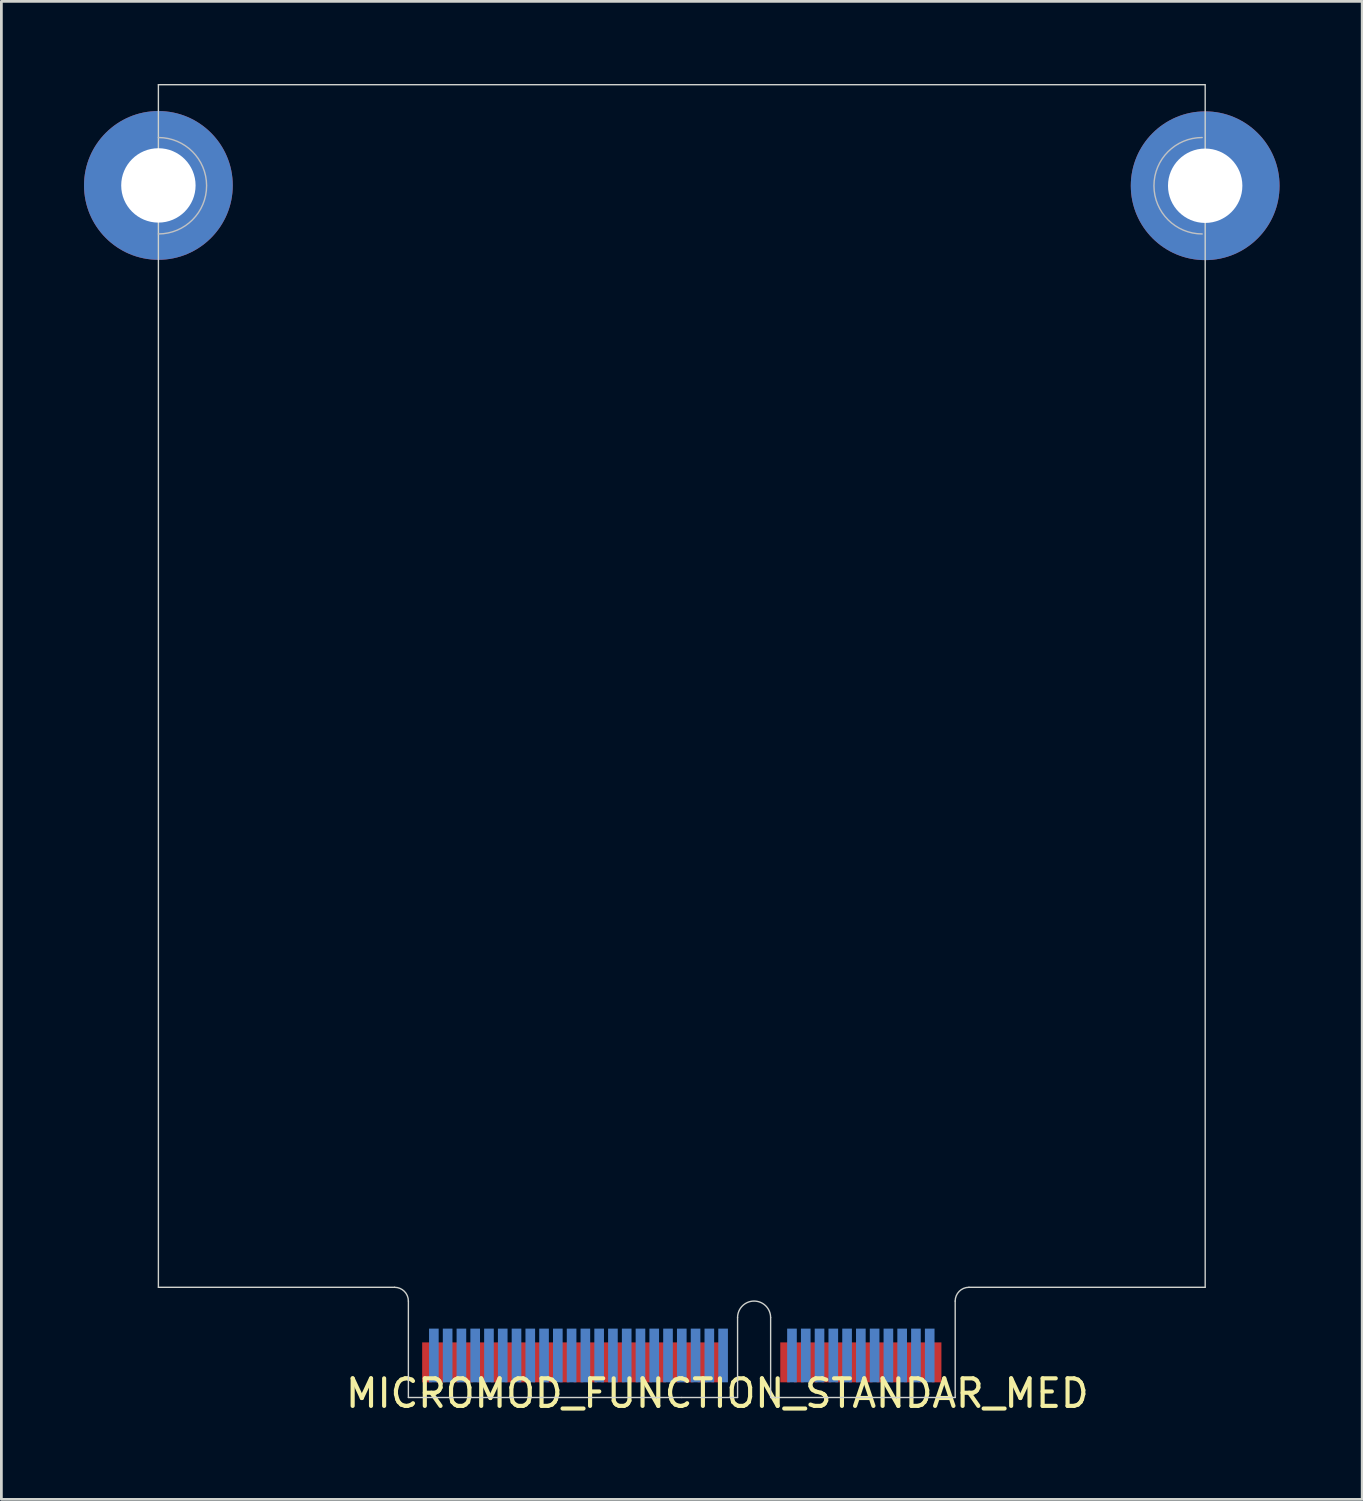
<source format=kicad_pcb>
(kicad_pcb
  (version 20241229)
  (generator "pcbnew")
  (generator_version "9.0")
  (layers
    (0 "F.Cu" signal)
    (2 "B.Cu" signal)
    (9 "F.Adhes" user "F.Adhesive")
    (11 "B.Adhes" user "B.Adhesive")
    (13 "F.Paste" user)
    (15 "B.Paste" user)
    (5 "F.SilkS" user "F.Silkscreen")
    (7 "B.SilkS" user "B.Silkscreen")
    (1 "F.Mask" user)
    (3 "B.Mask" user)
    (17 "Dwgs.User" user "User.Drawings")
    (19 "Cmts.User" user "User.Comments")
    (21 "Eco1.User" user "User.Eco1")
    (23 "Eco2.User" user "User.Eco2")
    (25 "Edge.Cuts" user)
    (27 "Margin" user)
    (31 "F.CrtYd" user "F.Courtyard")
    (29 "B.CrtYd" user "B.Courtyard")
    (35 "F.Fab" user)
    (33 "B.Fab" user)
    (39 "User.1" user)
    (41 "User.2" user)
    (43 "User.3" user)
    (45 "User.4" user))
  (footprint "MICROMOD_FUNCTION_STANDAR_MED"
    (layer "F.Cu")
    (at 22.99 48.031)
    (property "Reference" "MICROMOD_FUNCTION_STANDAR_MED" (at 0 -0.5 0) (unlocked yes) (layer "F.SilkS") (effects (font (size 1 1) (thickness 0.15))))
    (fp_poly (pts (xy -11.215 -0.35) (xy 0.735 -0.35) (xy 0.735 -2.35) (xy -11.215 -2.35)) (stroke (width 0.1) (type solid)) (fill yes) (layer "F.Mask"))
    (fp_poly (pts (xy 1.935 -0.35) (xy 8.635 -0.35) (xy 8.635 -2.35) (xy 1.935 -2.35)) (stroke (width 0.1) (type solid)) (fill yes) (layer "F.Mask"))
    (fp_poly (pts (xy -11.215 -0.35) (xy 0.735 -0.35) (xy 0.735 -2.85) (xy -11.215 -2.85)) (stroke (width 0.1) (type solid)) (fill yes) (layer "B.Mask"))
    (fp_poly (pts (xy 1.935 -0.35) (xy 8.635 -0.35) (xy 8.635 -2.85) (xy 1.935 -2.85)) (stroke (width 0.1) (type solid)) (fill yes) (layer "B.Mask"))
    (fp_arc (start -20.29 -46.0882) (mid -18.54 -44.3382) (end -20.29 -42.5882) (stroke (width 0.0508) (type solid)) (layer "Dwgs.User"))
    (fp_arc (start 17.6006 -42.5882) (mid 15.8506 -44.3382) (end 17.6006 -46.0882) (stroke (width 0.0508) (type solid)) (layer "Dwgs.User"))
    (fp_line (start -20.29 -48.006) (end 17.71 -48.006) (stroke (width 0.05) (type solid)) (layer "Edge.Cuts"))
    (fp_line (start -20.29 -4.35) (end -20.29 -48.006) (stroke (width 0.05) (type solid)) (layer "Edge.Cuts"))
    (fp_line (start -11.715 -4.35) (end -20.29 -4.35) (stroke (width 0.05) (type solid)) (layer "Edge.Cuts"))
    (fp_line (start -11.215 -3.85) (end -11.215 -0.35) (stroke (width 0.05) (type solid)) (layer "Edge.Cuts"))
    (fp_line (start -11.215 -0.35) (end -1.29 -0.35) (stroke (width 0.05) (type solid)) (layer "Edge.Cuts"))
    (fp_line (start -1.29 -0.35) (end 0.735 -0.35) (stroke (width 0.05) (type solid)) (layer "Edge.Cuts"))
    (fp_line (start 0.735 -0.35) (end 0.735 -3.25) (stroke (width 0.05) (type solid)) (layer "Edge.Cuts"))
    (fp_line (start 1.935 -3.25) (end 1.935 -0.35) (stroke (width 0.05) (type solid)) (layer "Edge.Cuts"))
    (fp_line (start 1.935 -0.35) (end 8.635 -0.35) (stroke (width 0.05) (type solid)) (layer "Edge.Cuts"))
    (fp_line (start 8.635 -0.35) (end 8.635 -3.85) (stroke (width 0.05) (type solid)) (layer "Edge.Cuts"))
    (fp_line (start 9.135 -4.35) (end 17.71 -4.35) (stroke (width 0.05) (type solid)) (layer "Edge.Cuts"))
    (fp_line (start 17.71 -4.35) (end 17.71 -48) (stroke (width 0.05) (type solid)) (layer "Edge.Cuts"))
    (fp_arc (start -11.715 -4.35) (mid -11.361447 -4.203553) (end -11.215 -3.85) (stroke (width 0.05) (type solid)) (layer "Edge.Cuts"))
    (fp_arc (start 0.735 -3.25) (mid 1.335 -3.85) (end 1.935 -3.25) (stroke (width 0.05) (type solid)) (layer "Edge.Cuts"))
    (fp_arc (start 8.635 -3.85) (mid 8.781447 -4.203553) (end 9.135 -4.35) (stroke (width 0.05) (type solid)) (layer "Edge.Cuts"))
    (pad "1" thru_hole circle (at -20.29 -44.35) (size 5.4 5.4) (drill 2.7) (layers "*.Cu" "*.Mask"))
    (pad "1" smd rect (at 7.96 -1.625) (size 0.35 1.45) (layers "F.Cu"))
    (pad "1" thru_hole circle (at 17.71 -44.338) (size 5.4 5.4) (drill 2.7) (layers "*.Cu" "*.Mask"))
    (pad "2" smd rect (at 7.71 -1.875) (size 0.35 1.95) (layers "B.Cu"))
    (pad "3" smd rect (at 7.46 -1.625) (size 0.35 1.45) (layers "F.Cu"))
    (pad "4" smd rect (at 7.21 -1.875) (size 0.35 1.95) (layers "B.Cu"))
    (pad "5" smd rect (at 6.96 -1.625) (size 0.35 1.45) (layers "F.Cu"))
    (pad "6" smd rect (at 6.71 -1.875) (size 0.35 1.95) (layers "B.Cu"))
    (pad "7" smd rect (at 6.46 -1.625) (size 0.35 1.45) (layers "F.Cu"))
    (pad "8" smd rect (at 6.21 -1.875) (size 0.35 1.95) (layers "B.Cu"))
    (pad "9" smd rect (at 5.96 -1.625) (size 0.35 1.45) (layers "F.Cu"))
    (pad "10" smd rect (at 5.71 -1.875) (size 0.35 1.95) (layers "B.Cu"))
    (pad "11" smd rect (at 5.46 -1.625) (size 0.35 1.45) (layers "F.Cu"))
    (pad "12" smd rect (at 5.21 -1.875) (size 0.35 1.95) (layers "B.Cu"))
    (pad "13" smd rect (at 4.96 -1.625) (size 0.35 1.45) (layers "F.Cu"))
    (pad "14" smd rect (at 4.71 -1.875) (size 0.35 1.95) (layers "B.Cu"))
    (pad "15" smd rect (at 4.46 -1.625) (size 0.35 1.45) (layers "F.Cu"))
    (pad "16" smd rect (at 4.21 -1.875) (size 0.35 1.95) (layers "B.Cu"))
    (pad "17" smd rect (at 3.96 -1.625) (size 0.35 1.45) (layers "F.Cu"))
    (pad "18" smd rect (at 3.71 -1.875) (size 0.35 1.95) (layers "B.Cu"))
    (pad "19" smd rect (at 3.46 -1.625) (size 0.35 1.45) (layers "F.Cu"))
    (pad "20" smd rect (at 3.21 -1.875) (size 0.35 1.95) (layers "B.Cu"))
    (pad "21" smd rect (at 2.96 -1.625) (size 0.35 1.45) (layers "F.Cu"))
    (pad "22" smd rect (at 2.71 -1.875) (size 0.35 1.95) (layers "B.Cu"))
    (pad "23" smd rect (at 2.46 -1.625) (size 0.35 1.45) (layers "F.Cu"))
    (pad "32" smd rect (at 0.21 -1.875) (size 0.35 1.95) (layers "B.Cu"))
    (pad "33" smd rect (at -0.04 -1.625) (size 0.35 1.45) (layers "F.Cu"))
    (pad "34" smd rect (at -0.29 -1.875) (size 0.35 1.95) (layers "B.Cu"))
    (pad "35" smd rect (at -0.54 -1.625) (size 0.35 1.45) (layers "F.Cu"))
    (pad "36" smd rect (at -0.79 -1.875) (size 0.35 1.95) (layers "B.Cu"))
    (pad "37" smd rect (at -1.04 -1.625) (size 0.35 1.45) (layers "F.Cu"))
    (pad "38" smd rect (at -1.29 -1.875) (size 0.35 1.95) (layers "B.Cu"))
    (pad "39" smd rect (at -1.54 -1.625) (size 0.35 1.45) (layers "F.Cu"))
    (pad "40" smd rect (at -1.79 -1.875) (size 0.35 1.95) (layers "B.Cu"))
    (pad "41" smd rect (at -2.04 -1.625) (size 0.35 1.45) (layers "F.Cu"))
    (pad "42" smd rect (at -2.29 -1.875) (size 0.35 1.95) (layers "B.Cu"))
    (pad "43" smd rect (at -2.54 -1.625) (size 0.35 1.45) (layers "F.Cu"))
    (pad "44" smd rect (at -2.79 -1.875) (size 0.35 1.95) (layers "B.Cu"))
    (pad "45" smd rect (at -3.04 -1.625) (size 0.35 1.45) (layers "F.Cu"))
    (pad "46" smd rect (at -3.29 -1.875) (size 0.35 1.95) (layers "B.Cu"))
    (pad "47" smd rect (at -3.54 -1.625) (size 0.35 1.45) (layers "F.Cu"))
    (pad "48" smd rect (at -3.79 -1.875) (size 0.35 1.95) (layers "B.Cu"))
    (pad "49" smd rect (at -4.04 -1.625) (size 0.35 1.45) (layers "F.Cu"))
    (pad "50" smd rect (at -4.29 -1.875) (size 0.35 1.95) (layers "B.Cu"))
    (pad "51" smd rect (at -4.54 -1.625) (size 0.35 1.45) (layers "F.Cu"))
    (pad "52" smd rect (at -4.79 -1.875) (size 0.35 1.95) (layers "B.Cu"))
    (pad "53" smd rect (at -5.04 -1.625) (size 0.35 1.45) (layers "F.Cu"))
    (pad "54" smd rect (at -5.29 -1.875) (size 0.35 1.95) (layers "B.Cu"))
    (pad "55" smd rect (at -5.54 -1.625) (size 0.35 1.45) (layers "F.Cu"))
    (pad "56" smd rect (at -5.79 -1.875) (size 0.35 1.95) (layers "B.Cu"))
    (pad "57" smd rect (at -6.04 -1.625) (size 0.35 1.45) (layers "F.Cu"))
    (pad "58" smd rect (at -6.29 -1.875) (size 0.35 1.95) (layers "B.Cu"))
    (pad "59" smd rect (at -6.54 -1.625) (size 0.35 1.45) (layers "F.Cu"))
    (pad "60" smd rect (at -6.79 -1.875) (size 0.35 1.95) (layers "B.Cu"))
    (pad "61" smd rect (at -7.04 -1.625) (size 0.35 1.45) (layers "F.Cu"))
    (pad "62" smd rect (at -7.29 -1.875) (size 0.35 1.95) (layers "B.Cu"))
    (pad "63" smd rect (at -7.54 -1.625) (size 0.35 1.45) (layers "F.Cu"))
    (pad "64" smd rect (at -7.79 -1.875) (size 0.35 1.95) (layers "B.Cu"))
    (pad "65" smd rect (at -8.04 -1.625) (size 0.35 1.45) (layers "F.Cu"))
    (pad "66" smd rect (at -8.29 -1.875) (size 0.35 1.95) (layers "B.Cu"))
    (pad "67" smd rect (at -8.54 -1.625) (size 0.35 1.45) (layers "F.Cu"))
    (pad "68" smd rect (at -8.79 -1.875) (size 0.35 1.95) (layers "B.Cu"))
    (pad "69" smd rect (at -9.04 -1.625) (size 0.35 1.45) (layers "F.Cu"))
    (pad "70" smd rect (at -9.29 -1.875) (size 0.35 1.95) (layers "B.Cu"))
    (pad "71" smd rect (at -9.54 -1.625) (size 0.35 1.45) (layers "F.Cu"))
    (pad "72" smd rect (at -9.79 -1.875) (size 0.35 1.95) (layers "B.Cu"))
    (pad "73" smd rect (at -10.04 -1.625) (size 0.35 1.45) (layers "F.Cu"))
    (pad "74" smd rect (at -10.29 -1.875) (size 0.35 1.95) (layers "B.Cu"))
    (pad "75" smd rect (at -10.54 -1.625) (size 0.35 1.45) (layers "F.Cu")))
  (gr_rect
    (start -3 -3)
    (end 46.4 51.379)
    (stroke (width 0.1) (type default))
    (fill no)
    (layer "Edge.Cuts")))
</source>
